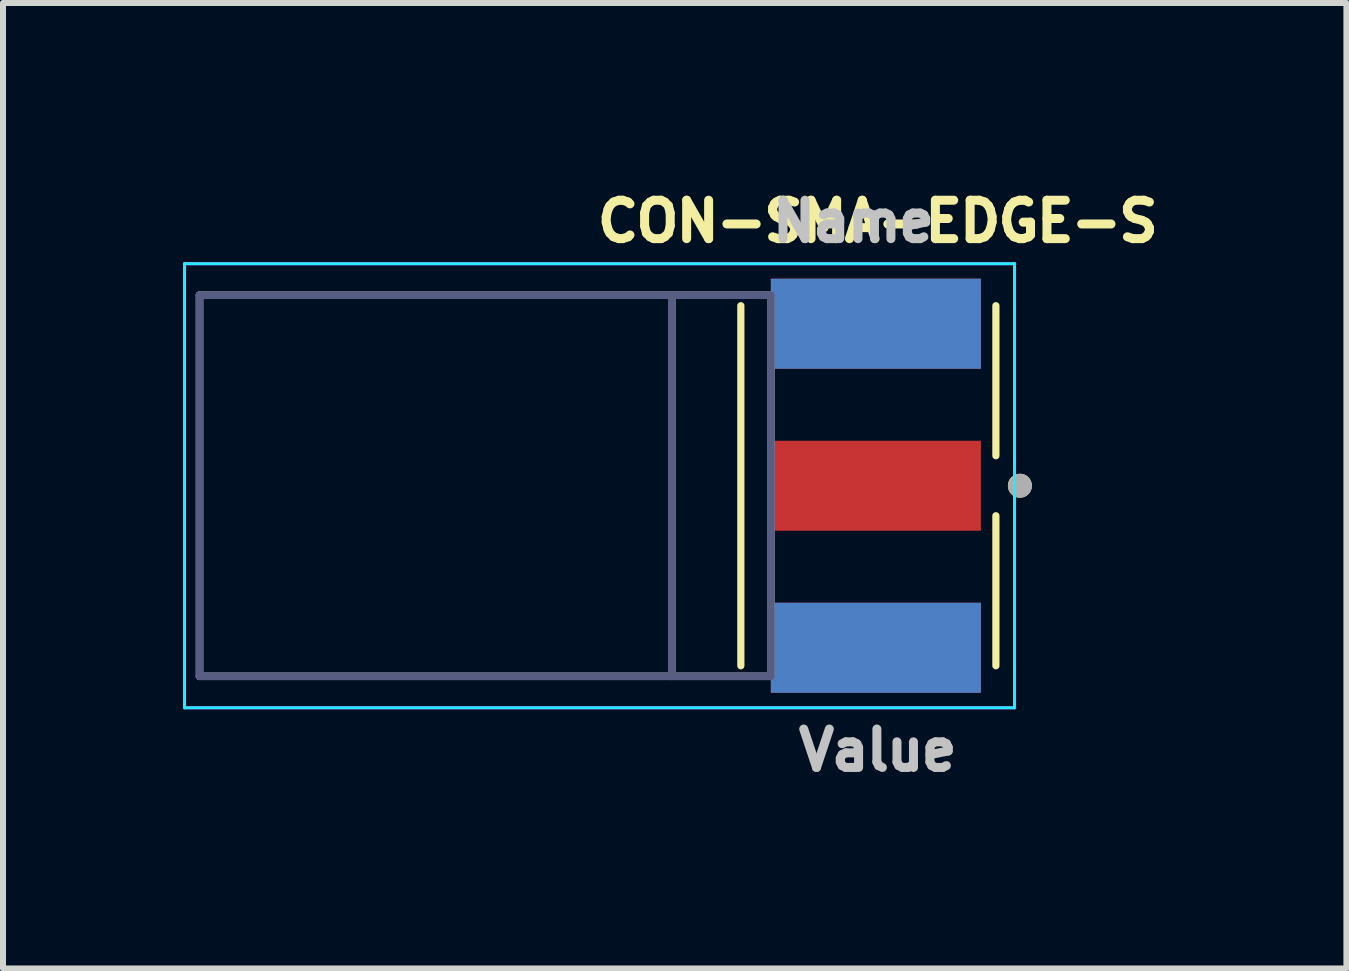
<source format=kicad_pcb>
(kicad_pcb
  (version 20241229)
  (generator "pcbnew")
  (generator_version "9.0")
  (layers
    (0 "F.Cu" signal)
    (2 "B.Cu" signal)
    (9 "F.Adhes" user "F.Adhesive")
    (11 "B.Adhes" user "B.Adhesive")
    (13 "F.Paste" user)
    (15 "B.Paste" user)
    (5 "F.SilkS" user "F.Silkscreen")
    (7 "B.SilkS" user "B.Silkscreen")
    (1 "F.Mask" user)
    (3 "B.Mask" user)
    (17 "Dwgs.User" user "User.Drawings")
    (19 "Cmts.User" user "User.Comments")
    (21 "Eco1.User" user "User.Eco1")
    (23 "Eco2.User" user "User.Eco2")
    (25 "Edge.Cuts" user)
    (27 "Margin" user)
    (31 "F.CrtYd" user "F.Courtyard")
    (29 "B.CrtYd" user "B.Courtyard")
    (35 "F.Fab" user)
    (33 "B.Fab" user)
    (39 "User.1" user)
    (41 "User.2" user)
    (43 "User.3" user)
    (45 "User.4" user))
  (footprint "CON-SMA-EDGE-S"
    (layer "F.Cu")
    (at 11.545 5.044)
    (property "Reference" "CON-SMA-EDGE-S" (at 0.032 -4.406 0) (layer "F.SilkS") (effects (font (size 0.64 0.64) (thickness 0.15))))
    (attr smd)
    (fp_line (start -2.25 3) (end -2.25 -3) (stroke (width 0.12) (type solid)) (layer "F.SilkS"))
    (fp_line (start 2 -0.5) (end 2 -3) (stroke (width 0.12) (type solid)) (layer "F.SilkS"))
    (fp_line (start 2 0.5) (end 2 3) (stroke (width 0.12) (type solid)) (layer "F.SilkS"))
    (fp_circle (center 2.4 0) (end 2.5 0) (stroke (width 0.2) (type solid)) (fill no) (layer "F.SilkS"))
    (fp_line (start -11.52 -3.7) (end -11.52 3.7) (stroke (width 0.05) (type solid)) (layer "B.CrtYd"))
    (fp_line (start -11.52 3.7) (end 2.31 3.7) (stroke (width 0.05) (type solid)) (layer "B.CrtYd"))
    (fp_line (start 2.31 -3.7) (end -11.52 -3.7) (stroke (width 0.05) (type solid)) (layer "B.CrtYd"))
    (fp_line (start 2.31 3.7) (end 2.31 -3.7) (stroke (width 0.05) (type solid)) (layer "B.CrtYd"))
    (fp_line (start -11.52 -3.7) (end 2.31 -3.7) (stroke (width 0.05) (type solid)) (layer "F.CrtYd"))
    (fp_line (start -11.52 3.7) (end -11.52 -3.7) (stroke (width 0.05) (type solid)) (layer "F.CrtYd"))
    (fp_line (start 2.31 -3.7) (end 2.31 3.7) (stroke (width 0.05) (type solid)) (layer "F.CrtYd"))
    (fp_line (start 2.31 3.7) (end -11.52 3.7) (stroke (width 0.05) (type solid)) (layer "F.CrtYd"))
    (fp_line (start -11.27 -3.175) (end -3.4 -3.175) (stroke (width 0.127) (type solid)) (layer "B.Fab"))
    (fp_line (start -11.27 3.175) (end -11.27 -3.175) (stroke (width 0.127) (type solid)) (layer "B.Fab"))
    (fp_line (start -3.4 -3.175) (end -3.4 3.175) (stroke (width 0.127) (type solid)) (layer "B.Fab"))
    (fp_line (start -3.4 3.175) (end -11.27 3.175) (stroke (width 0.127) (type solid)) (layer "B.Fab"))
    (fp_line (start -3.4 3.175) (end -1.75 3.175) (stroke (width 0.127) (type solid)) (layer "B.Fab"))
    (fp_line (start -1.75 -3.175) (end -3.4 -3.175) (stroke (width 0.127) (type solid)) (layer "B.Fab"))
    (fp_line (start -1.75 3.175) (end -1.75 -3.175) (stroke (width 0.127) (type solid)) (layer "B.Fab"))
    (fp_line (start -11.27 -3.175) (end -11.27 3.175) (stroke (width 0.127) (type solid)) (layer "F.Fab"))
    (fp_line (start -11.27 3.175) (end -3.4 3.175) (stroke (width 0.127) (type solid)) (layer "F.Fab"))
    (fp_line (start -3.4 -3.175) (end -11.27 -3.175) (stroke (width 0.127) (type solid)) (layer "F.Fab"))
    (fp_line (start -3.4 -3.175) (end -1.75 -3.175) (stroke (width 0.127) (type solid)) (layer "F.Fab"))
    (fp_line (start -3.4 3.175) (end -3.4 -3.175) (stroke (width 0.127) (type solid)) (layer "F.Fab"))
    (fp_line (start -1.75 -3.175) (end -1.75 3.175) (stroke (width 0.127) (type solid)) (layer "F.Fab"))
    (fp_line (start -1.75 3.175) (end -3.4 3.175) (stroke (width 0.127) (type solid)) (layer "F.Fab"))
    (fp_circle (center 2.4 0) (end 2.5 0) (stroke (width 0.2) (type solid)) (fill no) (layer "F.Fab"))
    (fp_text user "Value" (at 0.032 4.406 0) (layer "Dwgs.User") (effects (font (size 0.64 0.64) (thickness 0.15))))
    (fp_text user "Name" (at -0.374 -4.406 0) (layer "Dwgs.User") (effects (font (size 0.64 0.64) (thickness 0.15))))
    (pad "1" smd rect (at 0 0) (size 3.5 1.5) (layers "F.Cu" "F.Mask" "F.Paste"))
    (pad "G1" smd rect (at 0 -2.7) (size 3.5 1.5) (layers "F.Cu" "F.Mask" "F.Paste"))
    (pad "G2" smd rect (at 0 2.7) (size 3.5 1.5) (layers "F.Cu" "F.Mask" "F.Paste"))
    (pad "G3" smd rect (at 0 -2.7) (size 3.5 1.5) (layers "B.Cu" "B.Mask" "B.Paste"))
    (pad "G4" smd rect (at 0 2.7) (size 3.5 1.5) (layers "B.Cu" "B.Mask" "B.Paste")))
  (gr_rect
    (start -3 -3)
    (end 19.386 13.088)
    (stroke (width 0.1) (type default))
    (fill no)
    (layer "Edge.Cuts")))
</source>
